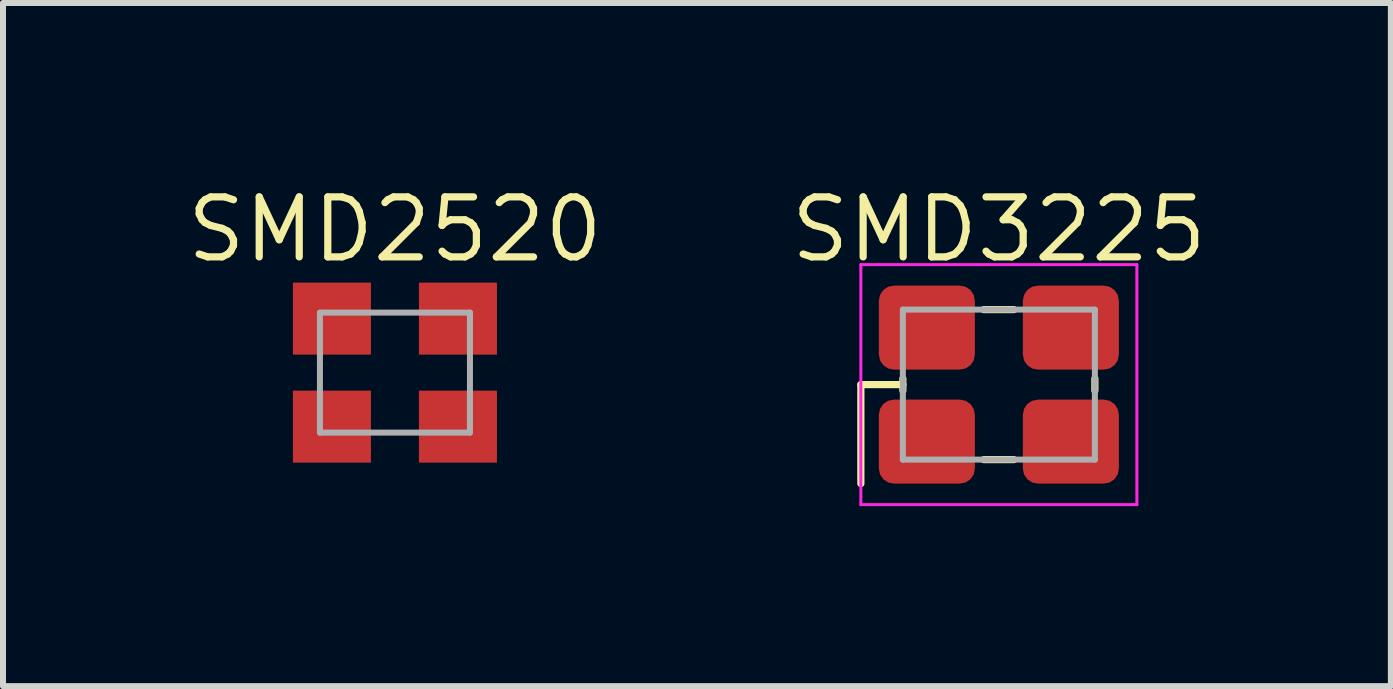
<source format=kicad_pcb>
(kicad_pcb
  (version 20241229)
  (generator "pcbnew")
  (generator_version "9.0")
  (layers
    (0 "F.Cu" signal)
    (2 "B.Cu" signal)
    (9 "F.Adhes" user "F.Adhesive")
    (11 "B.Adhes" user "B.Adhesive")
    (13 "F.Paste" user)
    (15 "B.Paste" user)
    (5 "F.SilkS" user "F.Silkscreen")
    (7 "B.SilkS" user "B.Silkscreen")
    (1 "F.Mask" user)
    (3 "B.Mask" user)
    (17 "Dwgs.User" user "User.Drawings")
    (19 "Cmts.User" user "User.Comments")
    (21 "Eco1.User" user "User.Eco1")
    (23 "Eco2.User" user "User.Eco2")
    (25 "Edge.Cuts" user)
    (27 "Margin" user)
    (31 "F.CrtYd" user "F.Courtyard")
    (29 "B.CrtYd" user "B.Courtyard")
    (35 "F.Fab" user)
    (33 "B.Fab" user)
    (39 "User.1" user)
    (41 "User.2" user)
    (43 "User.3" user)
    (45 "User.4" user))
  (footprint "SMD3225"
    (layer "F.Cu")
    (at 13.597 3.36)
    (property "Reference" "SMD3225" (at 0 -2 0) (layer "F.SilkS") (effects (font (size 1 1) (thickness 0.12)) (justify bottom)))
    (attr smd)
    (fp_line (start -2.3 0) (end -2.3 1.65) (stroke (width 0.12) (type solid)) (layer "F.SilkS"))
    (fp_line (start -1.6 -0.1) (end -1.6 0.1) (stroke (width 0.12) (type solid)) (layer "F.SilkS"))
    (fp_line (start -1.6 0) (end -2.3 0) (stroke (width 0.12) (type solid)) (layer "F.SilkS"))
    (fp_line (start -0.25 -1.25) (end 0.25 -1.25) (stroke (width 0.12) (type solid)) (layer "F.SilkS"))
    (fp_line (start 0.25 1.25) (end -0.25 1.25) (stroke (width 0.12) (type solid)) (layer "F.SilkS"))
    (fp_line (start 1.6 -0.1) (end 1.6 0.1) (stroke (width 0.12) (type solid)) (layer "F.SilkS"))
    (fp_line (start -2.3 -2) (end -2.3 2) (stroke (width 0.05) (type solid)) (layer "F.CrtYd"))
    (fp_line (start -2.3 2) (end 2.3 2) (stroke (width 0.05) (type solid)) (layer "F.CrtYd"))
    (fp_line (start 2.3 -2) (end -2.3 -2) (stroke (width 0.05) (type solid)) (layer "F.CrtYd"))
    (fp_line (start 2.3 2) (end 2.3 -2) (stroke (width 0.05) (type solid)) (layer "F.CrtYd"))
    (fp_line (start -1.6 -1.25) (end 1.6 -1.25) (stroke (width 0.1) (type solid)) (layer "F.Fab"))
    (fp_line (start -1.6 1.25) (end -1.6 -1.25) (stroke (width 0.1) (type solid)) (layer "F.Fab"))
    (fp_line (start 1.6 -1.25) (end 1.6 1.25) (stroke (width 0.1) (type solid)) (layer "F.Fab"))
    (fp_line (start 1.6 1.25) (end -1.6 1.25) (stroke (width 0.1) (type solid)) (layer "F.Fab"))
    (pad "1" smd roundrect (at -1.2 0.95) (size 1.6 1.4) (layers "F.Cu" "F.Mask" "F.Paste") (roundrect_rratio 0.179))
    (pad "2" smd roundrect (at 1.2 0.95) (size 1.6 1.4) (layers "F.Cu" "F.Mask" "F.Paste") (roundrect_rratio 0.179))
    (pad "3" smd roundrect (at 1.2 -0.95) (size 1.6 1.4) (layers "F.Cu" "F.Mask" "F.Paste") (roundrect_rratio 0.179))
    (pad "4" smd roundrect (at -1.2 -0.95) (size 1.6 1.4) (layers "F.Cu" "F.Mask" "F.Paste") (roundrect_rratio 0.179)))
  (footprint "SMD2520"
    (layer "F.Cu")
    (at 3.532 3.16)
    (property "Reference" "SMD2520" (at 0 -1.8 0) (layer "F.SilkS") (effects (font (size 1 1) (thickness 0.12)) (justify bottom)))
    (attr smd)
    (fp_poly (pts (xy -1.75 -0.25) (xy -0.35 -0.25) (xy -0.35 -1.55) (xy -1.75 -1.55)) (stroke (width 0) (type solid)) (fill yes) (layer "F.Mask"))
    (fp_poly (pts (xy -1.75 1.55) (xy -0.35 1.55) (xy -0.35 0.25) (xy -1.75 0.25)) (stroke (width 0) (type solid)) (fill yes) (layer "F.Mask"))
    (fp_poly (pts (xy 0.35 -0.25) (xy 1.75 -0.25) (xy 1.75 -1.55) (xy 0.35 -1.55)) (stroke (width 0) (type solid)) (fill yes) (layer "F.Mask"))
    (fp_poly (pts (xy 0.35 1.55) (xy 1.75 1.55) (xy 1.75 0.25) (xy 0.35 0.25)) (stroke (width 0) (type solid)) (fill yes) (layer "F.Mask"))
    (fp_line (start -1.25 -1) (end 1.25 -1) (stroke (width 0.1) (type solid)) (layer "F.Fab"))
    (fp_line (start -1.25 1) (end -1.25 -1) (stroke (width 0.1) (type solid)) (layer "F.Fab"))
    (fp_line (start 1.25 -1) (end 1.25 1) (stroke (width 0.1) (type solid)) (layer "F.Fab"))
    (fp_line (start 1.25 1) (end -1.25 1) (stroke (width 0.1) (type solid)) (layer "F.Fab"))
    (pad "1" smd rect (at -1.05 0.9) (size 1.3 1.2) (layers "F.Cu" "F.Mask" "F.Paste"))
    (pad "2" smd rect (at 1.05 0.9) (size 1.3 1.2) (layers "F.Cu" "F.Mask" "F.Paste"))
    (pad "3" smd rect (at 1.05 -0.9) (size 1.3 1.2) (layers "F.Cu" "F.Mask" "F.Paste"))
    (pad "4" smd rect (at -1.05 -0.9) (size 1.3 1.2) (layers "F.Cu" "F.Mask" "F.Paste")))
  (gr_rect
    (start -3 -3)
    (end 20.13 8.385)
    (stroke (width 0.1) (type default))
    (fill no)
    (layer "Edge.Cuts")))
</source>
